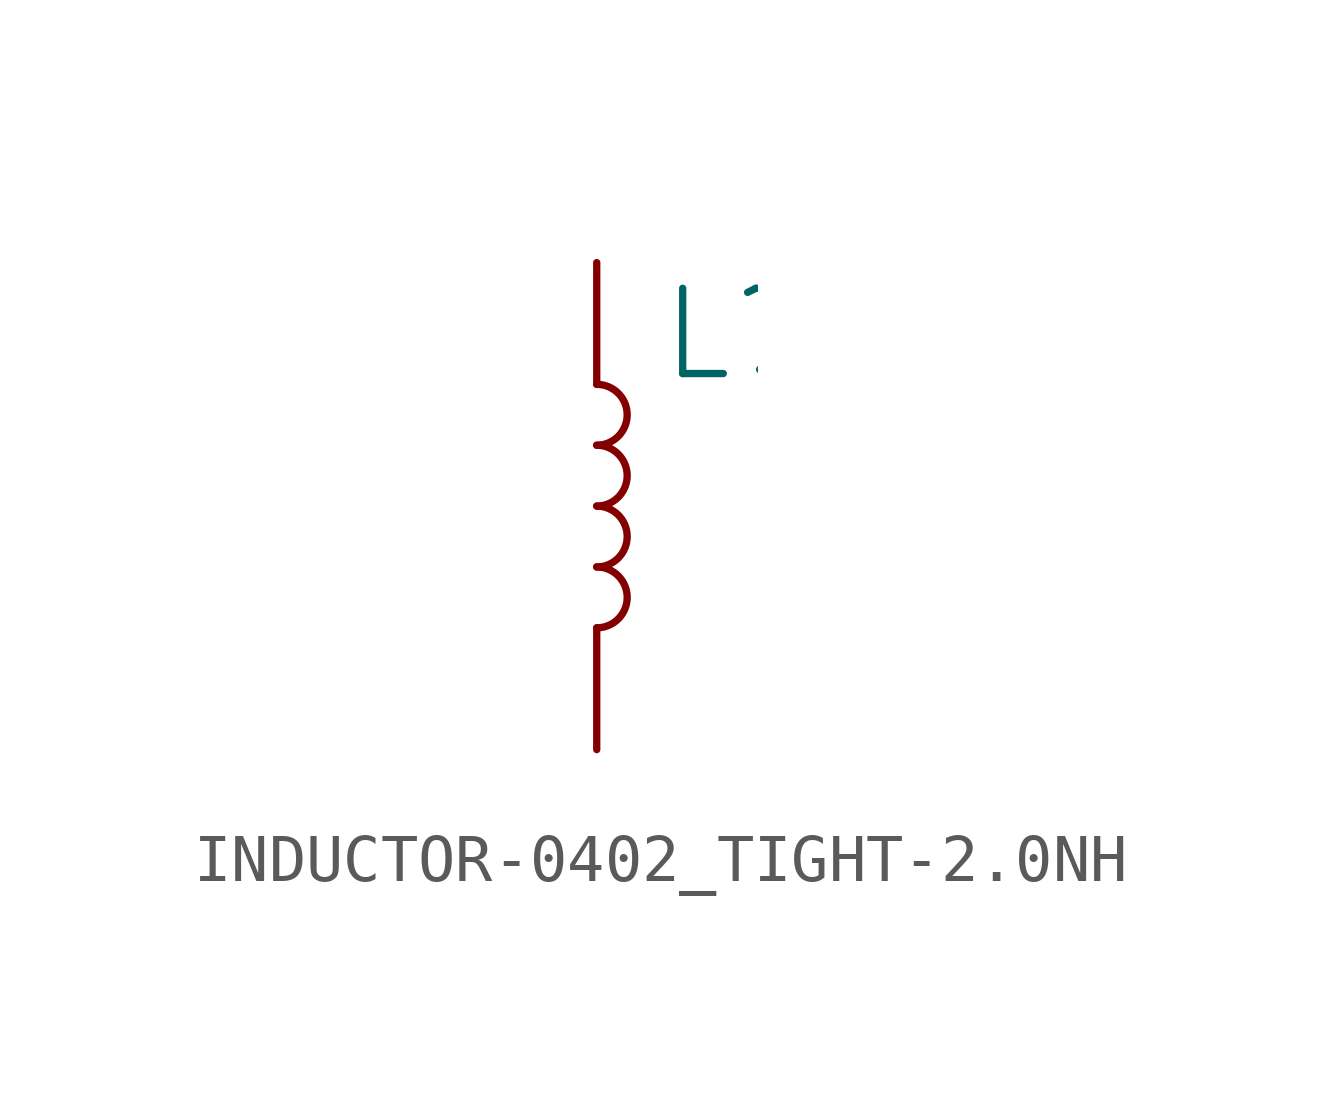
<source format=kicad_sym>
(kicad_symbol_lib
  (version 20231120)
  (generator "kicad_symbol_editor")
  (generator_version "8.0")
  (symbol "INDUCTOR-0402_TIGHT-2.0NH"
    (property "Reference" "L"
      (at 1.27 2.54 0)
      (effects (font (size 1.778 1.778)) (justify left bottom)))
    (property "Value" ""
      (at 1.27 -2.54 0)
      (effects (font (size 1.778 1.778)) (justify left top)))
    (property "ki_locked" ""
      (at 0 0 0)
      (effects (font (size 1.27 1.27))))
    (symbol "INDUCTOR-0402_TIGHT-2.0NH_1_0"
      (arc (start 0 -2.54) (mid 0.635 -1.905) (end 0 -1.27) (stroke (width 0.1524) (type solid)) (fill (type none)))
      (arc (start 0 -1.27) (mid 0.635 -0.635) (end 0 0) (stroke (width 0.1524) (type solid)) (fill (type none)))
      (arc (start 0 0) (mid 0.635 0.635) (end 0 1.27) (stroke (width 0.1524) (type solid)) (fill (type none)))
      (arc (start 0 1.27) (mid 0.635 1.905) (end 0 2.54) (stroke (width 0.1524) (type solid)) (fill (type none)))
      (pin passive line (at 0 5.08 270) (length 2.54) (name "1" (effects (font (size 0 0)))) (number "1" (effects (font (size 0 0)))))
      (pin passive line (at 0 -5.08 90) (length 2.54) (name "2" (effects (font (size 0 0)))) (number "2" (effects (font (size 0 0))))))))
</source>
